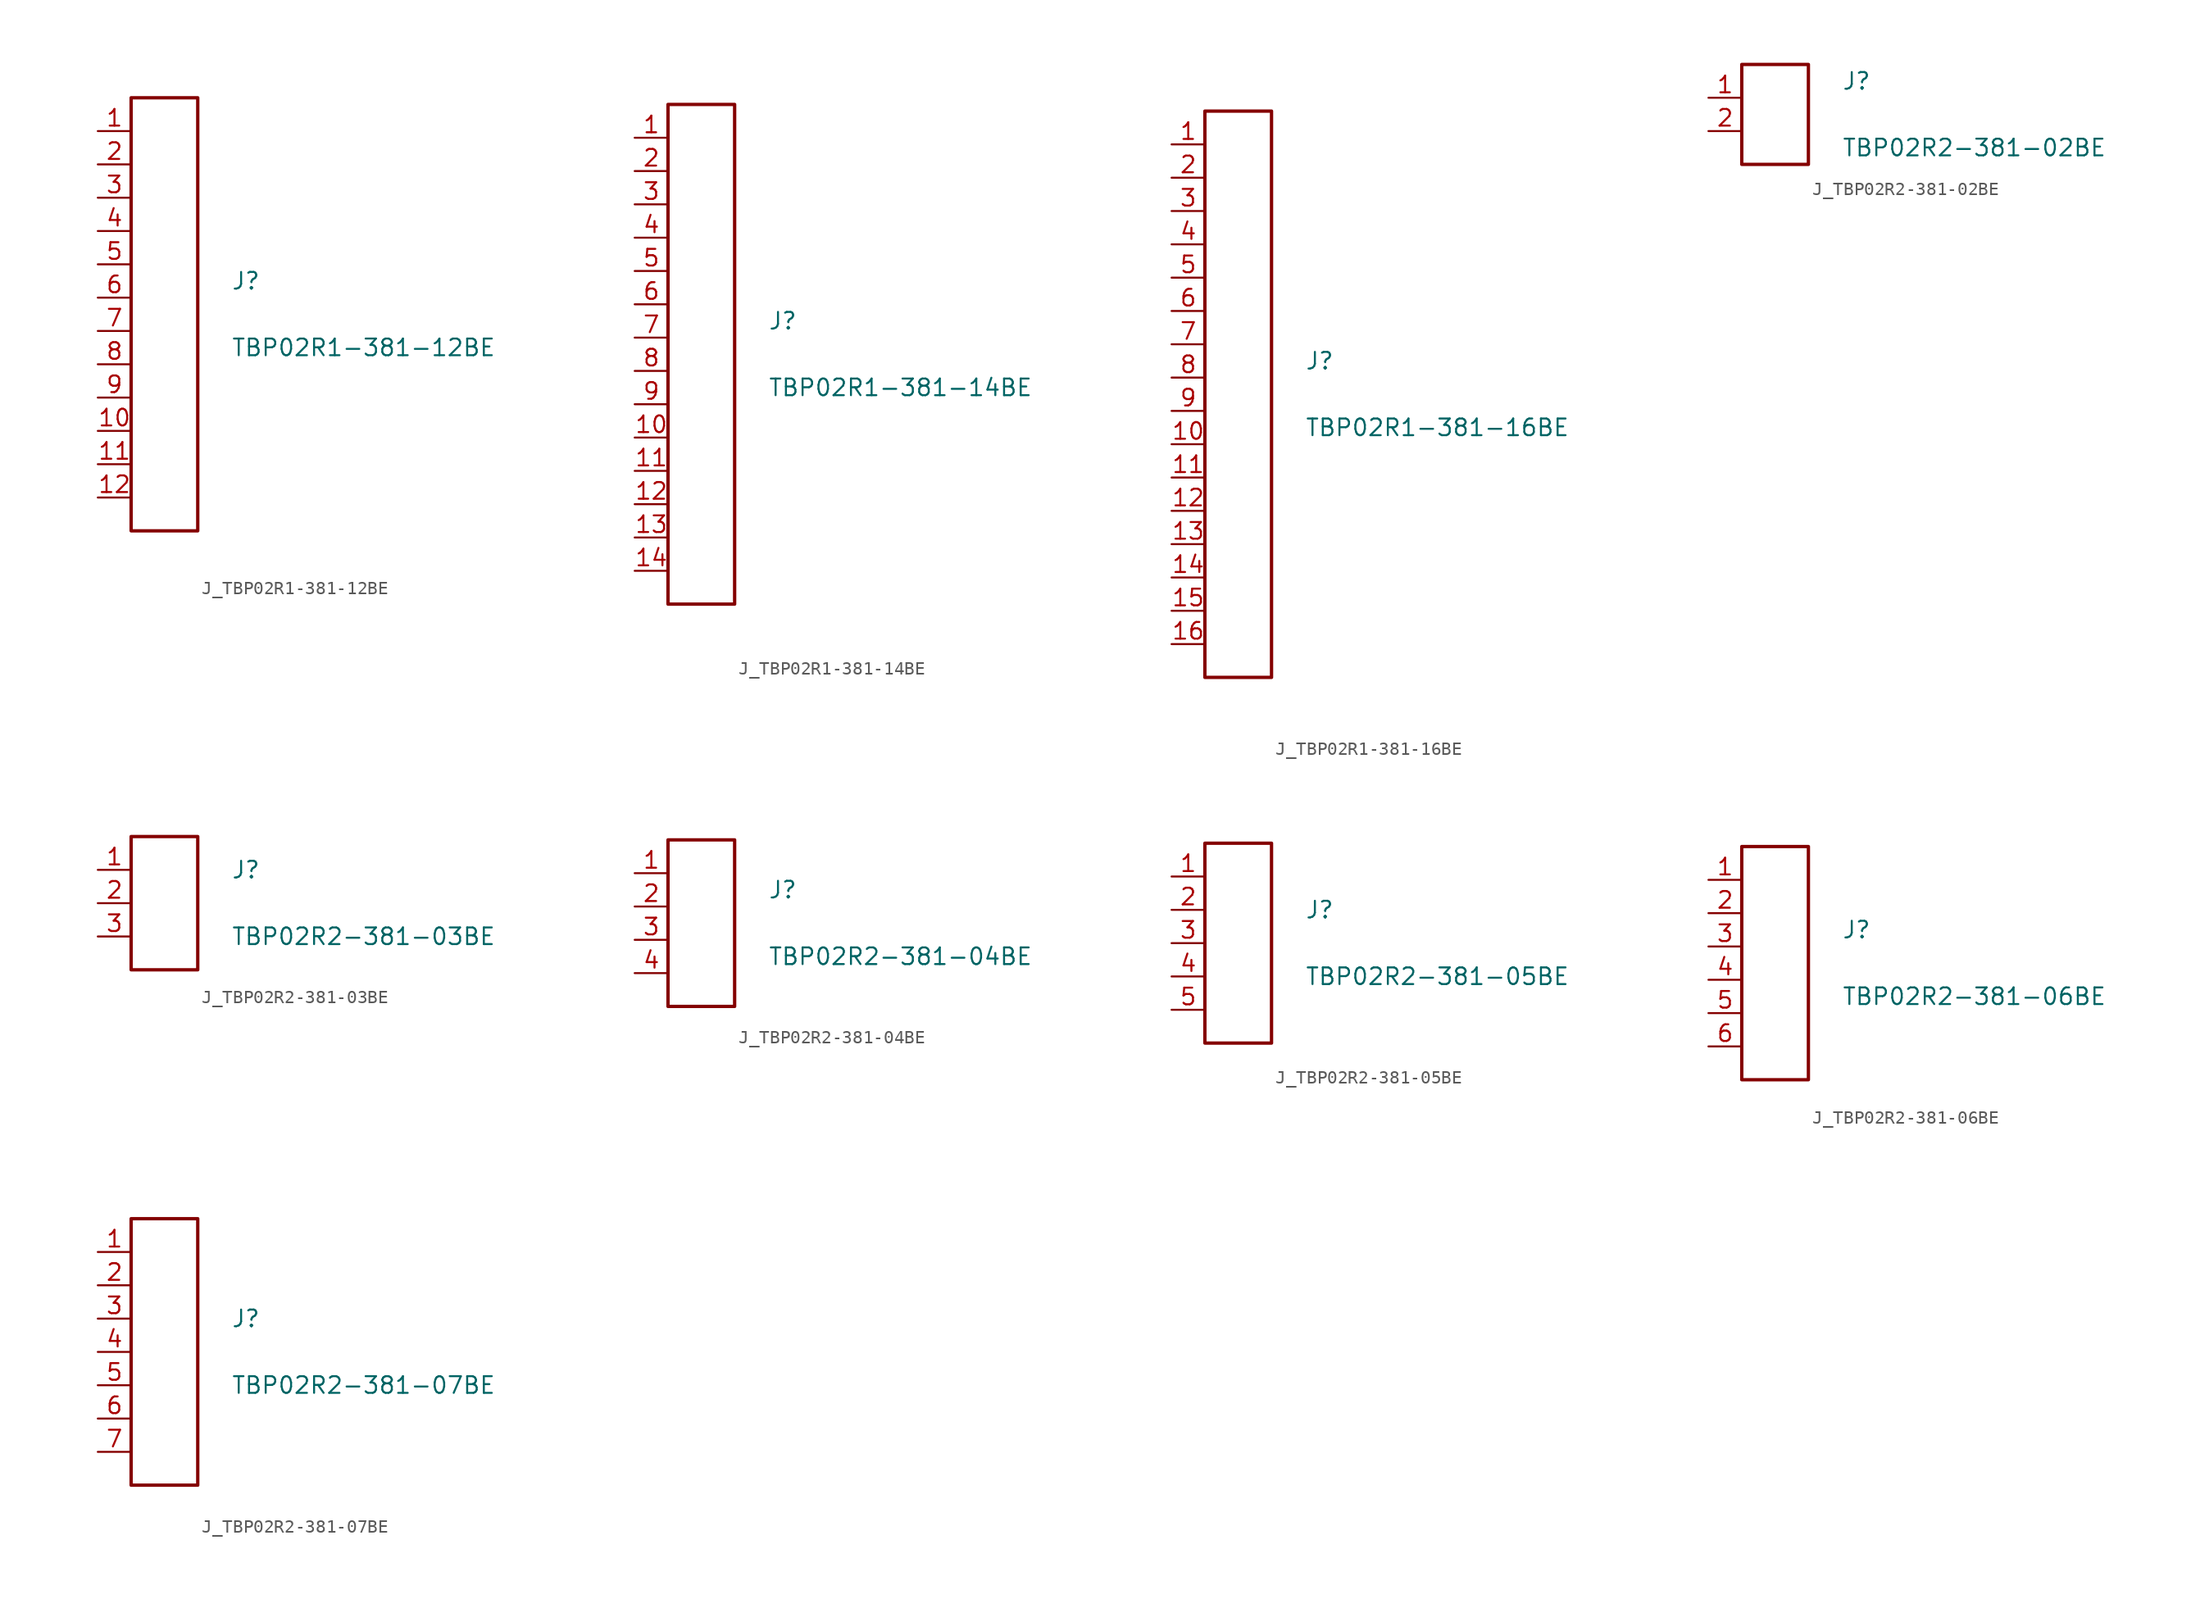
<source format=kicad_sym>
(kicad_symbol_lib
  (version 20231120)
  (generator kicad_symbol_editor)
  (generator_version 8.0)
  (symbol "J_TBP02R1-381-12BE"
    (pin_names
      (offset 0.254))
    (property "Reference" "J"
      (at 5.08 2.54 0)
      (effects (font (size 1.27 1.27)) (justify left)))
    (property "Value" "TBP02R1-381-12BE"
      (at 5.08 -2.54 0)
      (effects (font (size 1.27 1.27)) (justify left)))
    (symbol "J_TBP02R1-381-12BE_0_0"
      (pin unspecified line (at -5.08 13.97 0) (length 2.54) (name "" (effects (font (size 1.27 1.27)))) (number "1" (effects (font (size 1.27 1.27)))))
      (pin unspecified line (at -5.08 11.43 0) (length 2.54) (name "" (effects (font (size 1.27 1.27)))) (number "2" (effects (font (size 1.27 1.27)))))
      (pin unspecified line (at -5.08 8.89 0) (length 2.54) (name "" (effects (font (size 1.27 1.27)))) (number "3" (effects (font (size 1.27 1.27)))))
      (pin unspecified line (at -5.08 6.35 0) (length 2.54) (name "" (effects (font (size 1.27 1.27)))) (number "4" (effects (font (size 1.27 1.27)))))
      (pin unspecified line (at -5.08 3.81 0) (length 2.54) (name "" (effects (font (size 1.27 1.27)))) (number "5" (effects (font (size 1.27 1.27)))))
      (pin unspecified line (at -5.08 1.27 0) (length 2.54) (name "" (effects (font (size 1.27 1.27)))) (number "6" (effects (font (size 1.27 1.27)))))
      (pin unspecified line (at -5.08 -1.27 0) (length 2.54) (name "" (effects (font (size 1.27 1.27)))) (number "7" (effects (font (size 1.27 1.27)))))
      (pin unspecified line (at -5.08 -3.81 0) (length 2.54) (name "" (effects (font (size 1.27 1.27)))) (number "8" (effects (font (size 1.27 1.27)))))
      (pin unspecified line (at -5.08 -6.35 0) (length 2.54) (name "" (effects (font (size 1.27 1.27)))) (number "9" (effects (font (size 1.27 1.27)))))
      (pin unspecified line (at -5.08 -8.89 0) (length 2.54) (name "" (effects (font (size 1.27 1.27)))) (number "10" (effects (font (size 1.27 1.27)))))
      (pin unspecified line (at -5.08 -11.43 0) (length 2.54) (name "" (effects (font (size 1.27 1.27)))) (number "11" (effects (font (size 1.27 1.27)))))
      (pin unspecified line (at -5.08 -13.97 0) (length 2.54) (name "" (effects (font (size 1.27 1.27)))) (number "12" (effects (font (size 1.27 1.27))))))
    (symbol "J_TBP02R1-381-12BE_1_0"
      (rectangle (start -2.54 16.51) (end 2.54 -16.51) (stroke (width 0.254) (type solid)) (fill (type none)))))
  (symbol "J_TBP02R1-381-14BE"
    (pin_names
      (offset 0.254))
    (property "Reference" "J"
      (at 5.08 2.54 0)
      (effects (font (size 1.27 1.27)) (justify left)))
    (property "Value" "TBP02R1-381-14BE"
      (at 5.08 -2.54 0)
      (effects (font (size 1.27 1.27)) (justify left)))
    (symbol "J_TBP02R1-381-14BE_0_0"
      (pin unspecified line (at -5.08 16.51 0) (length 2.54) (name "" (effects (font (size 1.27 1.27)))) (number "1" (effects (font (size 1.27 1.27)))))
      (pin unspecified line (at -5.08 13.97 0) (length 2.54) (name "" (effects (font (size 1.27 1.27)))) (number "2" (effects (font (size 1.27 1.27)))))
      (pin unspecified line (at -5.08 11.43 0) (length 2.54) (name "" (effects (font (size 1.27 1.27)))) (number "3" (effects (font (size 1.27 1.27)))))
      (pin unspecified line (at -5.08 8.89 0) (length 2.54) (name "" (effects (font (size 1.27 1.27)))) (number "4" (effects (font (size 1.27 1.27)))))
      (pin unspecified line (at -5.08 6.35 0) (length 2.54) (name "" (effects (font (size 1.27 1.27)))) (number "5" (effects (font (size 1.27 1.27)))))
      (pin unspecified line (at -5.08 3.81 0) (length 2.54) (name "" (effects (font (size 1.27 1.27)))) (number "6" (effects (font (size 1.27 1.27)))))
      (pin unspecified line (at -5.08 1.27 0) (length 2.54) (name "" (effects (font (size 1.27 1.27)))) (number "7" (effects (font (size 1.27 1.27)))))
      (pin unspecified line (at -5.08 -1.27 0) (length 2.54) (name "" (effects (font (size 1.27 1.27)))) (number "8" (effects (font (size 1.27 1.27)))))
      (pin unspecified line (at -5.08 -3.81 0) (length 2.54) (name "" (effects (font (size 1.27 1.27)))) (number "9" (effects (font (size 1.27 1.27)))))
      (pin unspecified line (at -5.08 -6.35 0) (length 2.54) (name "" (effects (font (size 1.27 1.27)))) (number "10" (effects (font (size 1.27 1.27)))))
      (pin unspecified line (at -5.08 -8.89 0) (length 2.54) (name "" (effects (font (size 1.27 1.27)))) (number "11" (effects (font (size 1.27 1.27)))))
      (pin unspecified line (at -5.08 -11.43 0) (length 2.54) (name "" (effects (font (size 1.27 1.27)))) (number "12" (effects (font (size 1.27 1.27)))))
      (pin unspecified line (at -5.08 -13.97 0) (length 2.54) (name "" (effects (font (size 1.27 1.27)))) (number "13" (effects (font (size 1.27 1.27)))))
      (pin unspecified line (at -5.08 -16.51 0) (length 2.54) (name "" (effects (font (size 1.27 1.27)))) (number "14" (effects (font (size 1.27 1.27))))))
    (symbol "J_TBP02R1-381-14BE_1_0"
      (rectangle (start -2.54 19.05) (end 2.54 -19.05) (stroke (width 0.254) (type solid)) (fill (type none)))))
  (symbol "J_TBP02R1-381-16BE"
    (pin_names
      (offset 0.254))
    (property "Reference" "J"
      (at 5.08 2.54 0)
      (effects (font (size 1.27 1.27)) (justify left)))
    (property "Value" "TBP02R1-381-16BE"
      (at 5.08 -2.54 0)
      (effects (font (size 1.27 1.27)) (justify left)))
    (symbol "J_TBP02R1-381-16BE_0_0"
      (pin unspecified line (at -5.08 19.05 0) (length 2.54) (name "" (effects (font (size 1.27 1.27)))) (number "1" (effects (font (size 1.27 1.27)))))
      (pin unspecified line (at -5.08 16.51 0) (length 2.54) (name "" (effects (font (size 1.27 1.27)))) (number "2" (effects (font (size 1.27 1.27)))))
      (pin unspecified line (at -5.08 13.97 0) (length 2.54) (name "" (effects (font (size 1.27 1.27)))) (number "3" (effects (font (size 1.27 1.27)))))
      (pin unspecified line (at -5.08 11.43 0) (length 2.54) (name "" (effects (font (size 1.27 1.27)))) (number "4" (effects (font (size 1.27 1.27)))))
      (pin unspecified line (at -5.08 8.89 0) (length 2.54) (name "" (effects (font (size 1.27 1.27)))) (number "5" (effects (font (size 1.27 1.27)))))
      (pin unspecified line (at -5.08 6.35 0) (length 2.54) (name "" (effects (font (size 1.27 1.27)))) (number "6" (effects (font (size 1.27 1.27)))))
      (pin unspecified line (at -5.08 3.81 0) (length 2.54) (name "" (effects (font (size 1.27 1.27)))) (number "7" (effects (font (size 1.27 1.27)))))
      (pin unspecified line (at -5.08 1.27 0) (length 2.54) (name "" (effects (font (size 1.27 1.27)))) (number "8" (effects (font (size 1.27 1.27)))))
      (pin unspecified line (at -5.08 -1.27 0) (length 2.54) (name "" (effects (font (size 1.27 1.27)))) (number "9" (effects (font (size 1.27 1.27)))))
      (pin unspecified line (at -5.08 -3.81 0) (length 2.54) (name "" (effects (font (size 1.27 1.27)))) (number "10" (effects (font (size 1.27 1.27)))))
      (pin unspecified line (at -5.08 -6.35 0) (length 2.54) (name "" (effects (font (size 1.27 1.27)))) (number "11" (effects (font (size 1.27 1.27)))))
      (pin unspecified line (at -5.08 -8.89 0) (length 2.54) (name "" (effects (font (size 1.27 1.27)))) (number "12" (effects (font (size 1.27 1.27)))))
      (pin unspecified line (at -5.08 -11.43 0) (length 2.54) (name "" (effects (font (size 1.27 1.27)))) (number "13" (effects (font (size 1.27 1.27)))))
      (pin unspecified line (at -5.08 -13.97 0) (length 2.54) (name "" (effects (font (size 1.27 1.27)))) (number "14" (effects (font (size 1.27 1.27)))))
      (pin unspecified line (at -5.08 -16.51 0) (length 2.54) (name "" (effects (font (size 1.27 1.27)))) (number "15" (effects (font (size 1.27 1.27)))))
      (pin unspecified line (at -5.08 -19.05 0) (length 2.54) (name "" (effects (font (size 1.27 1.27)))) (number "16" (effects (font (size 1.27 1.27))))))
    (symbol "J_TBP02R1-381-16BE_1_0"
      (rectangle (start -2.54 21.59) (end 2.54 -21.59) (stroke (width 0.254) (type solid)) (fill (type none)))))
  (symbol "J_TBP02R2-381-02BE"
    (pin_names
      (offset 0.254))
    (property "Reference" "J"
      (at 5.08 2.54 0)
      (effects (font (size 1.27 1.27)) (justify left)))
    (property "Value" "TBP02R2-381-02BE"
      (at 5.08 -2.54 0)
      (effects (font (size 1.27 1.27)) (justify left)))
    (symbol "J_TBP02R2-381-02BE_0_0"
      (pin unspecified line (at -5.08 1.27 0) (length 2.54) (name "" (effects (font (size 1.27 1.27)))) (number "1" (effects (font (size 1.27 1.27)))))
      (pin unspecified line (at -5.08 -1.27 0) (length 2.54) (name "" (effects (font (size 1.27 1.27)))) (number "2" (effects (font (size 1.27 1.27))))))
    (symbol "J_TBP02R2-381-02BE_1_0"
      (rectangle (start -2.54 3.81) (end 2.54 -3.81) (stroke (width 0.254) (type solid)) (fill (type none)))))
  (symbol "J_TBP02R2-381-03BE"
    (pin_names
      (offset 0.254))
    (property "Reference" "J"
      (at 5.08 2.54 0)
      (effects (font (size 1.27 1.27)) (justify left)))
    (property "Value" "TBP02R2-381-03BE"
      (at 5.08 -2.54 0)
      (effects (font (size 1.27 1.27)) (justify left)))
    (symbol "J_TBP02R2-381-03BE_0_0"
      (pin unspecified line (at -5.08 2.54 0) (length 2.54) (name "" (effects (font (size 1.27 1.27)))) (number "1" (effects (font (size 1.27 1.27)))))
      (pin unspecified line (at -5.08 0.0 0) (length 2.54) (name "" (effects (font (size 1.27 1.27)))) (number "2" (effects (font (size 1.27 1.27)))))
      (pin unspecified line (at -5.08 -2.54 0) (length 2.54) (name "" (effects (font (size 1.27 1.27)))) (number "3" (effects (font (size 1.27 1.27))))))
    (symbol "J_TBP02R2-381-03BE_1_0"
      (rectangle (start -2.54 5.08) (end 2.54 -5.08) (stroke (width 0.254) (type solid)) (fill (type none)))))
  (symbol "J_TBP02R2-381-04BE"
    (pin_names
      (offset 0.254))
    (property "Reference" "J"
      (at 5.08 2.54 0)
      (effects (font (size 1.27 1.27)) (justify left)))
    (property "Value" "TBP02R2-381-04BE"
      (at 5.08 -2.54 0)
      (effects (font (size 1.27 1.27)) (justify left)))
    (symbol "J_TBP02R2-381-04BE_0_0"
      (pin unspecified line (at -5.08 3.81 0) (length 2.54) (name "" (effects (font (size 1.27 1.27)))) (number "1" (effects (font (size 1.27 1.27)))))
      (pin unspecified line (at -5.08 1.27 0) (length 2.54) (name "" (effects (font (size 1.27 1.27)))) (number "2" (effects (font (size 1.27 1.27)))))
      (pin unspecified line (at -5.08 -1.27 0) (length 2.54) (name "" (effects (font (size 1.27 1.27)))) (number "3" (effects (font (size 1.27 1.27)))))
      (pin unspecified line (at -5.08 -3.81 0) (length 2.54) (name "" (effects (font (size 1.27 1.27)))) (number "4" (effects (font (size 1.27 1.27))))))
    (symbol "J_TBP02R2-381-04BE_1_0"
      (rectangle (start -2.54 6.35) (end 2.54 -6.35) (stroke (width 0.254) (type solid)) (fill (type none)))))
  (symbol "J_TBP02R2-381-05BE"
    (pin_names
      (offset 0.254))
    (property "Reference" "J"
      (at 5.08 2.54 0)
      (effects (font (size 1.27 1.27)) (justify left)))
    (property "Value" "TBP02R2-381-05BE"
      (at 5.08 -2.54 0)
      (effects (font (size 1.27 1.27)) (justify left)))
    (symbol "J_TBP02R2-381-05BE_0_0"
      (pin unspecified line (at -5.08 5.08 0) (length 2.54) (name "" (effects (font (size 1.27 1.27)))) (number "1" (effects (font (size 1.27 1.27)))))
      (pin unspecified line (at -5.08 2.54 0) (length 2.54) (name "" (effects (font (size 1.27 1.27)))) (number "2" (effects (font (size 1.27 1.27)))))
      (pin unspecified line (at -5.08 0.0 0) (length 2.54) (name "" (effects (font (size 1.27 1.27)))) (number "3" (effects (font (size 1.27 1.27)))))
      (pin unspecified line (at -5.08 -2.54 0) (length 2.54) (name "" (effects (font (size 1.27 1.27)))) (number "4" (effects (font (size 1.27 1.27)))))
      (pin unspecified line (at -5.08 -5.08 0) (length 2.54) (name "" (effects (font (size 1.27 1.27)))) (number "5" (effects (font (size 1.27 1.27))))))
    (symbol "J_TBP02R2-381-05BE_1_0"
      (rectangle (start -2.54 7.62) (end 2.54 -7.62) (stroke (width 0.254) (type solid)) (fill (type none)))))
  (symbol "J_TBP02R2-381-06BE"
    (pin_names
      (offset 0.254))
    (property "Reference" "J"
      (at 5.08 2.54 0)
      (effects (font (size 1.27 1.27)) (justify left)))
    (property "Value" "TBP02R2-381-06BE"
      (at 5.08 -2.54 0)
      (effects (font (size 1.27 1.27)) (justify left)))
    (symbol "J_TBP02R2-381-06BE_0_0"
      (pin unspecified line (at -5.08 6.35 0) (length 2.54) (name "" (effects (font (size 1.27 1.27)))) (number "1" (effects (font (size 1.27 1.27)))))
      (pin unspecified line (at -5.08 3.81 0) (length 2.54) (name "" (effects (font (size 1.27 1.27)))) (number "2" (effects (font (size 1.27 1.27)))))
      (pin unspecified line (at -5.08 1.27 0) (length 2.54) (name "" (effects (font (size 1.27 1.27)))) (number "3" (effects (font (size 1.27 1.27)))))
      (pin unspecified line (at -5.08 -1.27 0) (length 2.54) (name "" (effects (font (size 1.27 1.27)))) (number "4" (effects (font (size 1.27 1.27)))))
      (pin unspecified line (at -5.08 -3.81 0) (length 2.54) (name "" (effects (font (size 1.27 1.27)))) (number "5" (effects (font (size 1.27 1.27)))))
      (pin unspecified line (at -5.08 -6.35 0) (length 2.54) (name "" (effects (font (size 1.27 1.27)))) (number "6" (effects (font (size 1.27 1.27))))))
    (symbol "J_TBP02R2-381-06BE_1_0"
      (rectangle (start -2.54 8.89) (end 2.54 -8.89) (stroke (width 0.254) (type solid)) (fill (type none)))))
  (symbol "J_TBP02R2-381-07BE"
    (pin_names
      (offset 0.254))
    (property "Reference" "J"
      (at 5.08 2.54 0)
      (effects (font (size 1.27 1.27)) (justify left)))
    (property "Value" "TBP02R2-381-07BE"
      (at 5.08 -2.54 0)
      (effects (font (size 1.27 1.27)) (justify left)))
    (symbol "J_TBP02R2-381-07BE_0_0"
      (pin unspecified line (at -5.08 7.62 0) (length 2.54) (name "" (effects (font (size 1.27 1.27)))) (number "1" (effects (font (size 1.27 1.27)))))
      (pin unspecified line (at -5.08 5.08 0) (length 2.54) (name "" (effects (font (size 1.27 1.27)))) (number "2" (effects (font (size 1.27 1.27)))))
      (pin unspecified line (at -5.08 2.54 0) (length 2.54) (name "" (effects (font (size 1.27 1.27)))) (number "3" (effects (font (size 1.27 1.27)))))
      (pin unspecified line (at -5.08 0.0 0) (length 2.54) (name "" (effects (font (size 1.27 1.27)))) (number "4" (effects (font (size 1.27 1.27)))))
      (pin unspecified line (at -5.08 -2.54 0) (length 2.54) (name "" (effects (font (size 1.27 1.27)))) (number "5" (effects (font (size 1.27 1.27)))))
      (pin unspecified line (at -5.08 -5.08 0) (length 2.54) (name "" (effects (font (size 1.27 1.27)))) (number "6" (effects (font (size 1.27 1.27)))))
      (pin unspecified line (at -5.08 -7.62 0) (length 2.54) (name "" (effects (font (size 1.27 1.27)))) (number "7" (effects (font (size 1.27 1.27))))))
    (symbol "J_TBP02R2-381-07BE_1_0"
      (rectangle (start -2.54 10.16) (end 2.54 -10.16) (stroke (width 0.254) (type solid)) (fill (type none))))))
</source>
